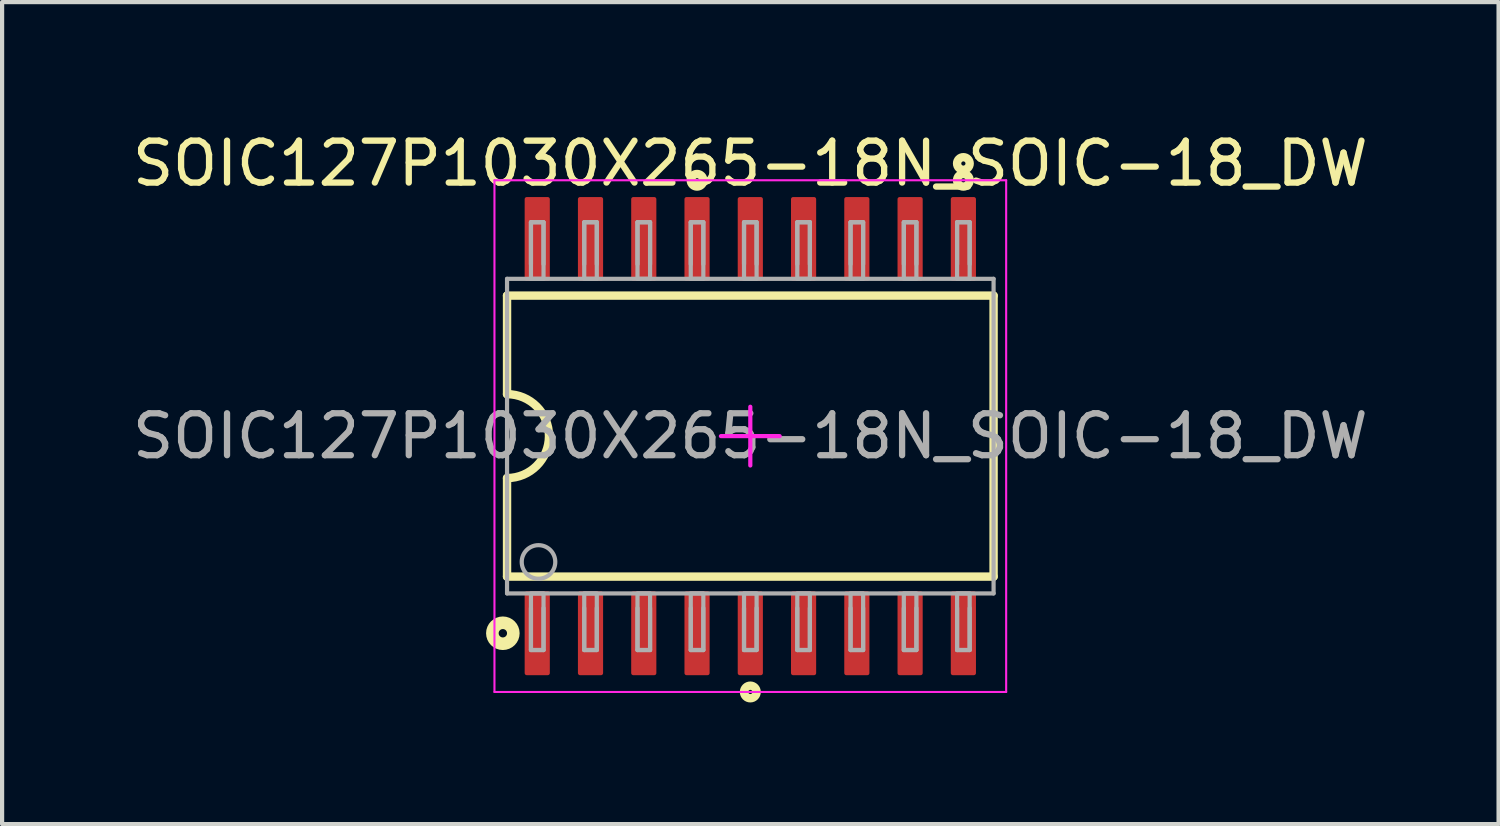
<source format=kicad_pcb>
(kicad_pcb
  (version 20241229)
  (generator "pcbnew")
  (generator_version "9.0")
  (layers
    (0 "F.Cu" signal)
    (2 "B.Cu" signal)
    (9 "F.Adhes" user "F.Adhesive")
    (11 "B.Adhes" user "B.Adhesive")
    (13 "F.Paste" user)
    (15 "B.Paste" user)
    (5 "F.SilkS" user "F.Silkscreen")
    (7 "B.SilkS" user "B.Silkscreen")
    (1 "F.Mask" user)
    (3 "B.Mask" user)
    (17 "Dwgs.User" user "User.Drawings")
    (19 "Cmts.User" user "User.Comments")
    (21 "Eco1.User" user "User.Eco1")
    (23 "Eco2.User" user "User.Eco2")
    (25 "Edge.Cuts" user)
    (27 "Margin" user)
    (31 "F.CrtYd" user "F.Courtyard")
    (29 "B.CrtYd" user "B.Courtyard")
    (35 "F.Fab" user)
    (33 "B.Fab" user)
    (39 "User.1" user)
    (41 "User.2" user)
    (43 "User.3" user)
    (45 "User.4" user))
  (footprint "SOIC127P1030X265-18N_SOIC-18_DW"
    (layer "F.Cu")
    (at 14.839 7.348)
    (property "Reference" "SOIC127P1030X265-18N_SOIC-18_DW" (at 0 -6.5 0) (layer "F.SilkS") (effects (font (size 1 1) (thickness 0.15))))
    (attr through_hole)
    (fp_line (start -5.8 -3.35) (end -5.8 -1) (stroke (width 0.2) (type solid)) (layer "F.SilkS"))
    (fp_line (start -5.8 1) (end -5.8 3.35) (stroke (width 0.2) (type solid)) (layer "F.SilkS"))
    (fp_line (start -5.8 3.35) (end 5.8 3.35) (stroke (width 0.2) (type solid)) (layer "F.SilkS"))
    (fp_line (start 5.8 -3.35) (end -5.8 -3.35) (stroke (width 0.2) (type solid)) (layer "F.SilkS"))
    (fp_line (start 5.8 3.35) (end 5.8 -3.35) (stroke (width 0.2) (type solid)) (layer "F.SilkS"))
    (fp_arc (start -5.8 -1) (mid -4.8 0) (end -5.8 1) (stroke (width 0.2) (type solid)) (layer "F.SilkS"))
    (fp_circle (center -5.9 4.7) (end -5.8 4.7) (stroke (width 0.3) (type solid)) (fill no) (layer "F.SilkS"))
    (fp_circle (center -1.27 -6.1) (end -1.32 -6.1) (stroke (width 0.2) (type solid)) (fill no) (layer "F.SilkS"))
    (fp_circle (center 0 6.1) (end 0.05 6.1) (stroke (width 0.2) (type solid)) (fill no) (layer "F.SilkS"))
    (fp_circle (center 5.08 -6.5) (end 5.13 -6.5) (stroke (width 0.2) (type solid)) (fill no) (layer "F.SilkS"))
    (fp_circle (center 5.08 -6.1) (end 5.03 -6.1) (stroke (width 0.2) (type solid)) (fill no) (layer "F.SilkS"))
    (fp_line (start -6.1 -6.1) (end 6.1 -6.1) (stroke (width 0.05) (type solid)) (layer "F.CrtYd"))
    (fp_line (start -6.1 6.1) (end -6.1 -6.1) (stroke (width 0.05) (type solid)) (layer "F.CrtYd"))
    (fp_line (start 0 -0.7) (end 0 0.7) (stroke (width 0.1) (type solid)) (layer "F.CrtYd"))
    (fp_line (start 0.7 0) (end -0.7 0) (stroke (width 0.1) (type solid)) (layer "F.CrtYd"))
    (fp_line (start 6.1 -6.1) (end 6.1 6.1) (stroke (width 0.05) (type solid)) (layer "F.CrtYd"))
    (fp_line (start 6.1 6.1) (end -6.1 6.1) (stroke (width 0.05) (type solid)) (layer "F.CrtYd"))
    (fp_line (start -5.8 -3.75) (end -5.8 3.75) (stroke (width 0.1) (type solid)) (layer "F.Fab"))
    (fp_line (start -5.8 -3.75) (end 5.8 -3.75) (stroke (width 0.1) (type solid)) (layer "F.Fab"))
    (fp_line (start -5.23 -5.1) (end -5.23 -4.1) (stroke (width 0.1) (type solid)) (layer "F.Fab"))
    (fp_line (start -5.23 4.1) (end -5.23 5.1) (stroke (width 0.1) (type solid)) (layer "F.Fab"))
    (fp_line (start -5.23 5.1) (end -4.93 5.1) (stroke (width 0.1) (type solid)) (layer "F.Fab"))
    (fp_line (start -4.93 -5.1) (end -5.23 -5.1) (stroke (width 0.1) (type solid)) (layer "F.Fab"))
    (fp_line (start -4.93 -4.1) (end -4.93 -5.1) (stroke (width 0.1) (type solid)) (layer "F.Fab"))
    (fp_line (start -4.93 5.1) (end -4.93 4.1) (stroke (width 0.1) (type solid)) (layer "F.Fab"))
    (fp_line (start -3.96 -5.1) (end -3.96 -4.1) (stroke (width 0.1) (type solid)) (layer "F.Fab"))
    (fp_line (start -3.96 4.1) (end -3.96 5.1) (stroke (width 0.1) (type solid)) (layer "F.Fab"))
    (fp_line (start -3.96 5.1) (end -3.66 5.1) (stroke (width 0.1) (type solid)) (layer "F.Fab"))
    (fp_line (start -3.66 -5.1) (end -3.96 -5.1) (stroke (width 0.1) (type solid)) (layer "F.Fab"))
    (fp_line (start -3.66 -4.1) (end -3.66 -5.1) (stroke (width 0.1) (type solid)) (layer "F.Fab"))
    (fp_line (start -3.66 5.1) (end -3.66 4.1) (stroke (width 0.1) (type solid)) (layer "F.Fab"))
    (fp_line (start -2.69 -5.1) (end -2.69 -4.1) (stroke (width 0.1) (type solid)) (layer "F.Fab"))
    (fp_line (start -2.69 4.1) (end -2.69 5.1) (stroke (width 0.1) (type solid)) (layer "F.Fab"))
    (fp_line (start -2.69 5.1) (end -2.39 5.1) (stroke (width 0.1) (type solid)) (layer "F.Fab"))
    (fp_line (start -2.39 -5.1) (end -2.69 -5.1) (stroke (width 0.1) (type solid)) (layer "F.Fab"))
    (fp_line (start -2.39 -4.1) (end -2.39 -5.1) (stroke (width 0.1) (type solid)) (layer "F.Fab"))
    (fp_line (start -2.39 5.1) (end -2.39 4.1) (stroke (width 0.1) (type solid)) (layer "F.Fab"))
    (fp_line (start -1.42 -5.1) (end -1.42 -4.1) (stroke (width 0.1) (type solid)) (layer "F.Fab"))
    (fp_line (start -1.42 4.1) (end -1.42 5.1) (stroke (width 0.1) (type solid)) (layer "F.Fab"))
    (fp_line (start -1.42 5.1) (end -1.12 5.1) (stroke (width 0.1) (type solid)) (layer "F.Fab"))
    (fp_line (start -1.12 -5.1) (end -1.42 -5.1) (stroke (width 0.1) (type solid)) (layer "F.Fab"))
    (fp_line (start -1.12 -4.1) (end -1.12 -5.1) (stroke (width 0.1) (type solid)) (layer "F.Fab"))
    (fp_line (start -1.12 5.1) (end -1.12 4.1) (stroke (width 0.1) (type solid)) (layer "F.Fab"))
    (fp_line (start -0.15 -5.1) (end -0.15 -4.1) (stroke (width 0.1) (type solid)) (layer "F.Fab"))
    (fp_line (start -0.15 4.1) (end -0.15 5.1) (stroke (width 0.1) (type solid)) (layer "F.Fab"))
    (fp_line (start -0.15 5.1) (end 0.15 5.1) (stroke (width 0.1) (type solid)) (layer "F.Fab"))
    (fp_line (start 0.15 -5.1) (end -0.15 -5.1) (stroke (width 0.1) (type solid)) (layer "F.Fab"))
    (fp_line (start 0.15 -4.1) (end 0.15 -5.1) (stroke (width 0.1) (type solid)) (layer "F.Fab"))
    (fp_line (start 0.15 5.1) (end 0.15 4.1) (stroke (width 0.1) (type solid)) (layer "F.Fab"))
    (fp_line (start 1.12 -5.1) (end 1.12 -4.1) (stroke (width 0.1) (type solid)) (layer "F.Fab"))
    (fp_line (start 1.12 4.1) (end 1.12 5.1) (stroke (width 0.1) (type solid)) (layer "F.Fab"))
    (fp_line (start 1.12 5.1) (end 1.42 5.1) (stroke (width 0.1) (type solid)) (layer "F.Fab"))
    (fp_line (start 1.42 -5.1) (end 1.12 -5.1) (stroke (width 0.1) (type solid)) (layer "F.Fab"))
    (fp_line (start 1.42 -4.1) (end 1.42 -5.1) (stroke (width 0.1) (type solid)) (layer "F.Fab"))
    (fp_line (start 1.42 5.1) (end 1.42 4.1) (stroke (width 0.1) (type solid)) (layer "F.Fab"))
    (fp_line (start 2.39 -5.1) (end 2.39 -4.1) (stroke (width 0.1) (type solid)) (layer "F.Fab"))
    (fp_line (start 2.39 4.1) (end 2.39 5.1) (stroke (width 0.1) (type solid)) (layer "F.Fab"))
    (fp_line (start 2.39 5.1) (end 2.69 5.1) (stroke (width 0.1) (type solid)) (layer "F.Fab"))
    (fp_line (start 2.69 -5.1) (end 2.39 -5.1) (stroke (width 0.1) (type solid)) (layer "F.Fab"))
    (fp_line (start 2.69 -4.1) (end 2.69 -5.1) (stroke (width 0.1) (type solid)) (layer "F.Fab"))
    (fp_line (start 2.69 5.1) (end 2.69 4.1) (stroke (width 0.1) (type solid)) (layer "F.Fab"))
    (fp_line (start 3.66 -5.1) (end 3.66 -4.1) (stroke (width 0.1) (type solid)) (layer "F.Fab"))
    (fp_line (start 3.66 4.1) (end 3.66 5.1) (stroke (width 0.1) (type solid)) (layer "F.Fab"))
    (fp_line (start 3.66 5.1) (end 3.96 5.1) (stroke (width 0.1) (type solid)) (layer "F.Fab"))
    (fp_line (start 3.96 -5.1) (end 3.66 -5.1) (stroke (width 0.1) (type solid)) (layer "F.Fab"))
    (fp_line (start 3.96 -4.1) (end 3.96 -5.1) (stroke (width 0.1) (type solid)) (layer "F.Fab"))
    (fp_line (start 3.96 5.1) (end 3.96 4.1) (stroke (width 0.1) (type solid)) (layer "F.Fab"))
    (fp_line (start 4.93 -5.1) (end 4.93 -4.1) (stroke (width 0.1) (type solid)) (layer "F.Fab"))
    (fp_line (start 4.93 4.1) (end 4.93 5.1) (stroke (width 0.1) (type solid)) (layer "F.Fab"))
    (fp_line (start 4.93 5.1) (end 5.23 5.1) (stroke (width 0.1) (type solid)) (layer "F.Fab"))
    (fp_line (start 5.23 -5.1) (end 4.93 -5.1) (stroke (width 0.1) (type solid)) (layer "F.Fab"))
    (fp_line (start 5.23 -4.1) (end 5.23 -5.1) (stroke (width 0.1) (type solid)) (layer "F.Fab"))
    (fp_line (start 5.23 5.1) (end 5.23 4.1) (stroke (width 0.1) (type solid)) (layer "F.Fab"))
    (fp_line (start 5.8 -3.75) (end 5.8 3.75) (stroke (width 0.1) (type solid)) (layer "F.Fab"))
    (fp_line (start 5.8 3.75) (end -5.8 3.75) (stroke (width 0.1) (type solid)) (layer "F.Fab"))
    (fp_circle (center -5.05 3) (end -5.45 3) (stroke (width 0.1) (type solid)) (fill no) (layer "F.Fab"))
    (fp_poly (pts (xy -5.23 -5.1) (xy -4.93 -5.1) (xy -4.93 -3.75) (xy -5.23 -3.75)) (stroke (width 0.1) (type solid)) (fill no) (layer "F.Fab"))
    (fp_poly (pts (xy -4.93 5.1) (xy -5.23 5.1) (xy -5.23 3.75) (xy -4.93 3.75)) (stroke (width 0.1) (type solid)) (fill no) (layer "F.Fab"))
    (fp_poly (pts (xy -3.96 -5.1) (xy -3.66 -5.1) (xy -3.66 -3.75) (xy -3.96 -3.75)) (stroke (width 0.1) (type solid)) (fill no) (layer "F.Fab"))
    (fp_poly (pts (xy -3.66 5.1) (xy -3.96 5.1) (xy -3.96 3.75) (xy -3.66 3.75)) (stroke (width 0.1) (type solid)) (fill no) (layer "F.Fab"))
    (fp_poly (pts (xy -2.69 -5.1) (xy -2.39 -5.1) (xy -2.39 -3.75) (xy -2.69 -3.75)) (stroke (width 0.1) (type solid)) (fill no) (layer "F.Fab"))
    (fp_poly (pts (xy -2.39 5.1) (xy -2.69 5.1) (xy -2.69 3.75) (xy -2.39 3.75)) (stroke (width 0.1) (type solid)) (fill no) (layer "F.Fab"))
    (fp_poly (pts (xy -1.42 -5.1) (xy -1.12 -5.1) (xy -1.12 -3.75) (xy -1.42 -3.75)) (stroke (width 0.1) (type solid)) (fill no) (layer "F.Fab"))
    (fp_poly (pts (xy -1.12 5.1) (xy -1.42 5.1) (xy -1.42 3.75) (xy -1.12 3.75)) (stroke (width 0.1) (type solid)) (fill no) (layer "F.Fab"))
    (fp_poly (pts (xy -0.15 -5.1) (xy 0.15 -5.1) (xy 0.15 -3.75) (xy -0.15 -3.75)) (stroke (width 0.1) (type solid)) (fill no) (layer "F.Fab"))
    (fp_poly (pts (xy 0.15 5.1) (xy -0.15 5.1) (xy -0.15 3.75) (xy 0.15 3.75)) (stroke (width 0.1) (type solid)) (fill no) (layer "F.Fab"))
    (fp_poly (pts (xy 1.12 -5.1) (xy 1.42 -5.1) (xy 1.42 -3.75) (xy 1.12 -3.75)) (stroke (width 0.1) (type solid)) (fill no) (layer "F.Fab"))
    (fp_poly (pts (xy 1.42 5.1) (xy 1.12 5.1) (xy 1.12 3.75) (xy 1.42 3.75)) (stroke (width 0.1) (type solid)) (fill no) (layer "F.Fab"))
    (fp_poly (pts (xy 2.39 -5.1) (xy 2.69 -5.1) (xy 2.69 -3.75) (xy 2.39 -3.75)) (stroke (width 0.1) (type solid)) (fill no) (layer "F.Fab"))
    (fp_poly (pts (xy 2.69 5.1) (xy 2.39 5.1) (xy 2.39 3.75) (xy 2.69 3.75)) (stroke (width 0.1) (type solid)) (fill no) (layer "F.Fab"))
    (fp_poly (pts (xy 3.66 -5.1) (xy 3.96 -5.1) (xy 3.96 -3.75) (xy 3.66 -3.75)) (stroke (width 0.1) (type solid)) (fill no) (layer "F.Fab"))
    (fp_poly (pts (xy 3.96 5.1) (xy 3.66 5.1) (xy 3.66 3.75) (xy 3.96 3.75)) (stroke (width 0.1) (type solid)) (fill no) (layer "F.Fab"))
    (fp_poly (pts (xy 4.93 -5.1) (xy 5.23 -5.1) (xy 5.23 -3.75) (xy 4.93 -3.75)) (stroke (width 0.1) (type solid)) (fill no) (layer "F.Fab"))
    (fp_poly (pts (xy 5.23 5.1) (xy 4.93 5.1) (xy 4.93 3.75) (xy 5.23 3.75)) (stroke (width 0.1) (type solid)) (fill no) (layer "F.Fab"))
    (fp_text user "${REFERENCE}" (at 0 0 0) (layer "F.Fab") (effects (font (size 1 1) (thickness 0.15))))
    (pad "1" smd roundrect (at -5.08 4.7) (size 0.6 2) (layers "F.Cu" "F.Mask" "F.Paste") (roundrect_rratio 0.083))
    (pad "2" smd roundrect (at -3.81 4.7) (size 0.6 2) (layers "F.Cu" "F.Mask" "F.Paste") (roundrect_rratio 0.083))
    (pad "3" smd roundrect (at -2.54 4.7) (size 0.6 2) (layers "F.Cu" "F.Mask" "F.Paste") (roundrect_rratio 0.083))
    (pad "4" smd roundrect (at -1.27 4.7) (size 0.6 2) (layers "F.Cu" "F.Mask" "F.Paste") (roundrect_rratio 0.083))
    (pad "5" smd roundrect (at 0 4.7) (size 0.6 2) (layers "F.Cu" "F.Mask" "F.Paste") (roundrect_rratio 0.083))
    (pad "6" smd roundrect (at 1.27 4.7) (size 0.6 2) (layers "F.Cu" "F.Mask" "F.Paste") (roundrect_rratio 0.083))
    (pad "7" smd roundrect (at 2.54 4.7) (size 0.6 2) (layers "F.Cu" "F.Mask" "F.Paste") (roundrect_rratio 0.083))
    (pad "8" smd roundrect (at 3.81 4.7) (size 0.6 2) (layers "F.Cu" "F.Mask" "F.Paste") (roundrect_rratio 0.083))
    (pad "9" smd roundrect (at 5.08 4.7) (size 0.6 2) (layers "F.Cu" "F.Mask" "F.Paste") (roundrect_rratio 0.083))
    (pad "10" smd roundrect (at 5.08 -4.7) (size 0.6 2) (layers "F.Cu" "F.Mask" "F.Paste") (roundrect_rratio 0.083))
    (pad "11" smd roundrect (at 3.81 -4.7) (size 0.6 2) (layers "F.Cu" "F.Mask" "F.Paste") (roundrect_rratio 0.083))
    (pad "12" smd roundrect (at 2.54 -4.7) (size 0.6 2) (layers "F.Cu" "F.Mask" "F.Paste") (roundrect_rratio 0.083))
    (pad "13" smd roundrect (at 1.27 -4.7) (size 0.6 2) (layers "F.Cu" "F.Mask" "F.Paste") (roundrect_rratio 0.083))
    (pad "14" smd roundrect (at 0 -4.7) (size 0.6 2) (layers "F.Cu" "F.Mask" "F.Paste") (roundrect_rratio 0.083))
    (pad "15" smd roundrect (at -1.27 -4.7) (size 0.6 2) (layers "F.Cu" "F.Mask" "F.Paste") (roundrect_rratio 0.083))
    (pad "16" smd roundrect (at -2.54 -4.7) (size 0.6 2) (layers "F.Cu" "F.Mask" "F.Paste") (roundrect_rratio 0.083))
    (pad "17" smd roundrect (at -3.81 -4.7) (size 0.6 2) (layers "F.Cu" "F.Mask" "F.Paste") (roundrect_rratio 0.083))
    (pad "18" smd roundrect (at -5.08 -4.7) (size 0.6 2) (layers "F.Cu" "F.Mask" "F.Paste") (roundrect_rratio 0.083)))
  (gr_rect
    (start -3 -3)
    (end 32.679 16.598)
    (stroke (width 0.1) (type default))
    (fill no)
    (layer "Edge.Cuts")))
</source>
